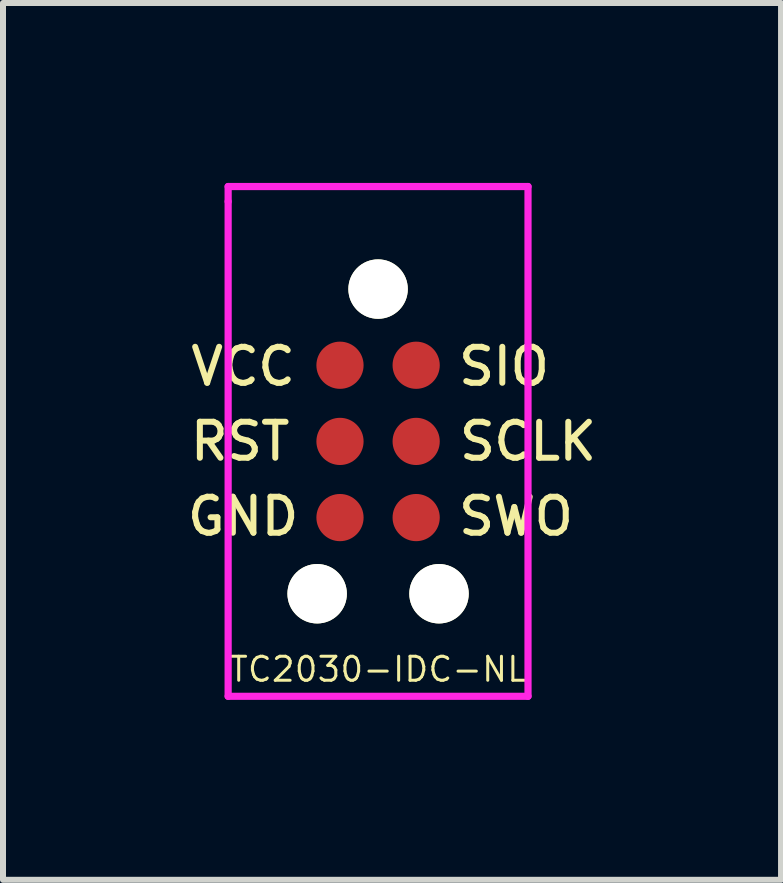
<source format=kicad_pcb>
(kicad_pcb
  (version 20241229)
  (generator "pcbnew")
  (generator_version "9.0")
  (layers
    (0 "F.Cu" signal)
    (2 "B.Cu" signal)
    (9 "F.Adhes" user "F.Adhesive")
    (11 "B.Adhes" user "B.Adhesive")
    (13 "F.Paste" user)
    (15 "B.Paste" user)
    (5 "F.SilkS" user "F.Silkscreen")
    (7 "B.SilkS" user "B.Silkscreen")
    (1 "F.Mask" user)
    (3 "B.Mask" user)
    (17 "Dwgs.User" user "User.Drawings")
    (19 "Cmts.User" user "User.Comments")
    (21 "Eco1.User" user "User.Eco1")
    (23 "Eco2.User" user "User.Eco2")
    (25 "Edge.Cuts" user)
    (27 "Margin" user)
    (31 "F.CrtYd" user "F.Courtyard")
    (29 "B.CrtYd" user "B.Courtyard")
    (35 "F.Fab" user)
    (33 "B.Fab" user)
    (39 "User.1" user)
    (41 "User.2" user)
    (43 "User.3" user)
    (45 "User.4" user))
  (footprint "TC2030-IDC-NL"
    (layer "F.Cu")
    (at 3.254 4.31)
    (property "Reference" "TC2030-IDC-NL" (at 0 3.8 0) (layer "F.SilkS") (effects (font (size 0.4 0.4) (thickness 0.05))))
    (attr exclude_from_pos_files exclude_from_bom)
    (fp_line (start -2.5 -4.25) (end -2.5 -4) (stroke (width 0.12) (type solid)) (layer "F.CrtYd"))
    (fp_line (start -2.5 -4) (end -2.5 4.25) (stroke (width 0.12) (type solid)) (layer "F.CrtYd"))
    (fp_line (start -2.5 4.25) (end 2.5 4.25) (stroke (width 0.12) (type solid)) (layer "F.CrtYd"))
    (fp_line (start 2.5 -4.25) (end -2.5 -4.25) (stroke (width 0.12) (type solid)) (layer "F.CrtYd"))
    (fp_line (start 2.5 4.25) (end 2.5 -4.25) (stroke (width 0.12) (type solid)) (layer "F.CrtYd"))
    (fp_text user "SIO" (at 2.1 -1.25 0) (layer "F.SilkS") (effects (font (size 0.6 0.6) (thickness 0.1))))
    (fp_text user "SWO" (at 2.3 1.25 0) (layer "F.SilkS") (effects (font (size 0.6 0.6) (thickness 0.1))))
    (fp_text user "SCLK" (at 2.5 0 0) (layer "F.SilkS") (effects (font (size 0.6 0.6) (thickness 0.1))))
    (fp_text user "VCC" (at -2.25 -1.25 0) (layer "F.SilkS") (effects (font (size 0.6 0.6) (thickness 0.1))))
    (fp_text user "GND" (at -2.25 1.25 0) (layer "F.SilkS") (effects (font (size 0.6 0.6) (thickness 0.1))))
    (fp_text user "RST" (at -2.3 0 0) (layer "F.SilkS") (effects (font (size 0.6 0.6) (thickness 0.1))))
    (pad "" np_thru_hole circle (at -1.016 2.54) (size 0.991 0.991) (drill 0.991) (layers "*.Cu" "*.Mask" "F.SilkS"))
    (pad "" np_thru_hole circle (at 0 -2.54) (size 0.991 0.991) (drill 0.991) (layers "*.Cu" "*.Mask" "F.SilkS"))
    (pad "" np_thru_hole circle (at 1.016 2.54) (size 0.991 0.991) (drill 0.991) (layers "*.Cu" "*.Mask" "F.SilkS"))
    (pad "1" smd circle (at -0.635 -1.27) (size 0.787 0.787) (layers "F.Cu" "F.Mask"))
    (pad "2" smd circle (at 0.635 -1.27) (size 0.787 0.787) (layers "F.Cu" "F.Mask"))
    (pad "3" smd circle (at -0.635 0) (size 0.787 0.787) (layers "F.Cu" "F.Mask"))
    (pad "4" smd circle (at 0.635 0) (size 0.787 0.787) (layers "F.Cu" "F.Mask"))
    (pad "5" smd circle (at -0.635 1.27) (size 0.787 0.787) (layers "F.Cu" "F.Mask"))
    (pad "6" smd circle (at 0.635 1.27) (size 0.787 0.787) (layers "F.Cu" "F.Mask")))
  (gr_rect
    (start -3 -3)
    (end 9.973 11.62)
    (stroke (width 0.1) (type default))
    (fill no)
    (layer "Edge.Cuts")))
</source>
